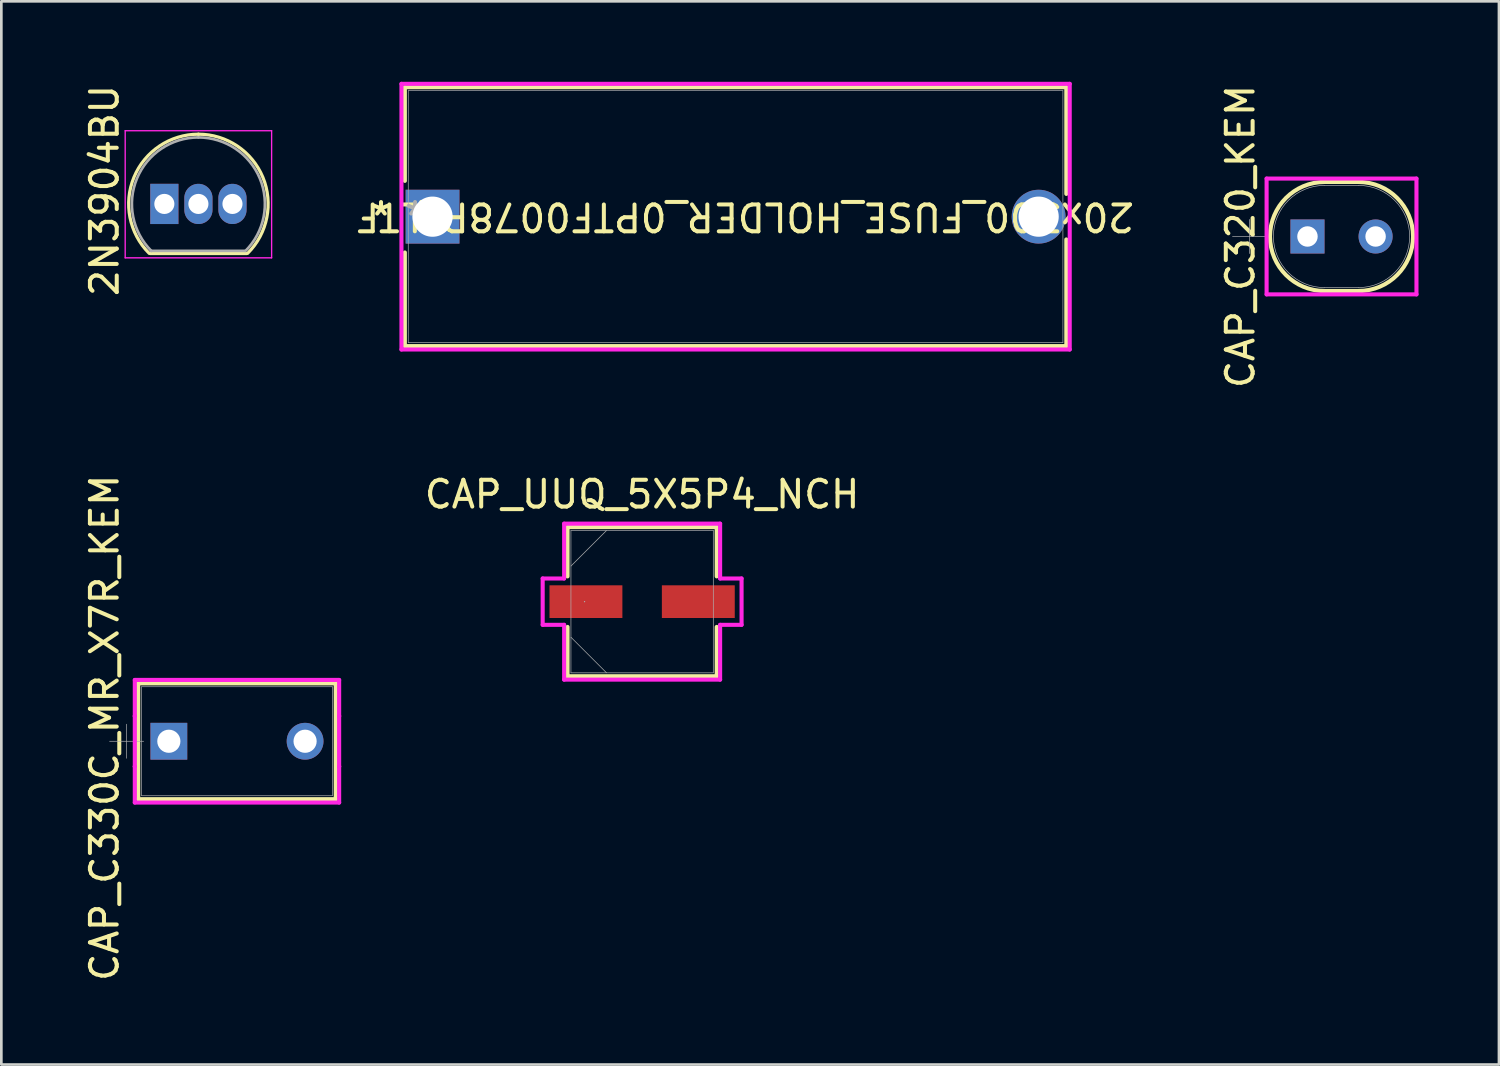
<source format=kicad_pcb>
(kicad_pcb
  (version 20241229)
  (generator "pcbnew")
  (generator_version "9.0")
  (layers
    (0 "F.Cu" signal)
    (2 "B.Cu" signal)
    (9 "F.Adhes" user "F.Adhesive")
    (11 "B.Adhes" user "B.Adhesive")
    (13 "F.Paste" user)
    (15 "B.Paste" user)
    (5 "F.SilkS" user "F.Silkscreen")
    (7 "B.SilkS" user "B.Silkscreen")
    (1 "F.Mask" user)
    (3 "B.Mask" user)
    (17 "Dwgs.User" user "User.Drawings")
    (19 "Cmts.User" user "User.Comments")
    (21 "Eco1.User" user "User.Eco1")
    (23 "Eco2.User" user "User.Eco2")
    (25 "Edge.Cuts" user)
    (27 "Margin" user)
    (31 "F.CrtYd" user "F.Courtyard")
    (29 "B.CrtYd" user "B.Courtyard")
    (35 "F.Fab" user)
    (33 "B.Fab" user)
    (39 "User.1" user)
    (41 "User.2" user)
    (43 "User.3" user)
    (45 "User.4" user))
  (footprint "2N3904BU"
    (layer "F.Cu")
    (at 3.078 4.554)
    (property "Reference" "2N3904BU" (at -2.23 -0.5 270) (layer "F.SilkS") (effects (font (size 1 1) (thickness 0.15))))
    (attr through_hole)
    (fp_line (start -0.53 1.85) (end 3.07 1.85) (stroke (width 0.12) (type solid)) (layer "F.SilkS"))
    (fp_arc (start -0.568478 1.838478) (mid -1.132087 -0.994977) (end 1.27 -2.6) (stroke (width 0.12) (type solid)) (layer "F.SilkS"))
    (fp_arc (start 1.27 -2.6) (mid 3.672087 -0.994977) (end 3.108478 1.838478) (stroke (width 0.12) (type solid)) (layer "F.SilkS"))
    (fp_line (start -1.46 -2.73) (end -1.46 2.01) (stroke (width 0.05) (type solid)) (layer "F.CrtYd"))
    (fp_line (start -1.46 -2.73) (end 4 -2.73) (stroke (width 0.05) (type solid)) (layer "F.CrtYd"))
    (fp_line (start 4 2.01) (end -1.46 2.01) (stroke (width 0.05) (type solid)) (layer "F.CrtYd"))
    (fp_line (start 4 2.01) (end 4 -2.73) (stroke (width 0.05) (type solid)) (layer "F.CrtYd"))
    (fp_line (start -0.5 1.75) (end 3 1.75) (stroke (width 0.1) (type solid)) (layer "F.Fab"))
    (fp_arc (start -0.483625 1.753625) (mid -1.021221 -0.949055) (end 1.27 -2.48) (stroke (width 0.1) (type solid)) (layer "F.Fab"))
    (fp_arc (start 1.27 -2.48) (mid 3.561221 -0.949055) (end 3.023625 1.753625) (stroke (width 0.1) (type solid)) (layer "F.Fab"))
    (pad "B" thru_hole oval (at 1.27 0) (size 1.05 1.5) (drill 0.75) (layers "*.Cu" "*.Mask"))
    (pad "C" thru_hole oval (at 2.54 0) (size 1.05 1.5) (drill 0.75) (layers "*.Cu" "*.Mask"))
    (pad "E" thru_hole rect (at 0 0) (size 1.05 1.5) (drill 0.75) (layers "*.Cu" "*.Mask")))
  (footprint "CAP_UUQ_5X5P4_NCH"
    (layer "F.Cu")
    (at 20.893 19.384)
    (property "Reference" "CAP_UUQ_5X5P4_NCH" (at 0 -4 0) (unlocked yes) (layer "F.SilkS") (effects (font (size 1 1) (thickness 0.15))))
    (attr smd)
    (fp_line (start -2.781 -2.781) (end -2.781 -0.942) (stroke (width 0.152) (type solid)) (layer "F.SilkS"))
    (fp_line (start -2.781 0.942) (end -2.781 2.781) (stroke (width 0.152) (type solid)) (layer "F.SilkS"))
    (fp_line (start -2.781 2.781) (end 2.781 2.781) (stroke (width 0.152) (type solid)) (layer "F.SilkS"))
    (fp_line (start 2.781 -2.781) (end -2.781 -2.781) (stroke (width 0.152) (type solid)) (layer "F.SilkS"))
    (fp_line (start 2.781 -0.942) (end 2.781 -2.781) (stroke (width 0.152) (type solid)) (layer "F.SilkS"))
    (fp_line (start 2.781 2.781) (end 2.781 0.942) (stroke (width 0.152) (type solid)) (layer "F.SilkS"))
    (fp_line (start -3.708 -0.864) (end -2.908 -0.864) (stroke (width 0.152) (type solid)) (layer "F.CrtYd"))
    (fp_line (start -3.708 0.864) (end -3.708 -0.864) (stroke (width 0.152) (type solid)) (layer "F.CrtYd"))
    (fp_line (start -2.908 -2.908) (end 2.908 -2.908) (stroke (width 0.152) (type solid)) (layer "F.CrtYd"))
    (fp_line (start -2.908 -0.864) (end -2.908 -2.908) (stroke (width 0.152) (type solid)) (layer "F.CrtYd"))
    (fp_line (start -2.908 0.864) (end -3.708 0.864) (stroke (width 0.152) (type solid)) (layer "F.CrtYd"))
    (fp_line (start -2.908 2.908) (end -2.908 0.864) (stroke (width 0.152) (type solid)) (layer "F.CrtYd"))
    (fp_line (start 2.908 -2.908) (end 2.908 -0.864) (stroke (width 0.152) (type solid)) (layer "F.CrtYd"))
    (fp_line (start 2.908 -0.864) (end 3.708 -0.864) (stroke (width 0.152) (type solid)) (layer "F.CrtYd"))
    (fp_line (start 2.908 0.864) (end 2.908 2.908) (stroke (width 0.152) (type solid)) (layer "F.CrtYd"))
    (fp_line (start 2.908 2.908) (end -2.908 2.908) (stroke (width 0.152) (type solid)) (layer "F.CrtYd"))
    (fp_line (start 3.708 -0.864) (end 3.708 0.864) (stroke (width 0.152) (type solid)) (layer "F.CrtYd"))
    (fp_line (start 3.708 0.864) (end 2.908 0.864) (stroke (width 0.152) (type solid)) (layer "F.CrtYd"))
    (fp_line (start -2.654 -2.654) (end -2.654 2.654) (stroke (width 0.025) (type solid)) (layer "F.Fab"))
    (fp_line (start -2.654 -1.327) (end -1.327 -2.654) (stroke (width 0.025) (type solid)) (layer "F.Fab"))
    (fp_line (start -2.654 1.327) (end -1.327 2.654) (stroke (width 0.025) (type solid)) (layer "F.Fab"))
    (fp_line (start -2.654 2.654) (end 2.654 2.654) (stroke (width 0.025) (type solid)) (layer "F.Fab"))
    (fp_line (start 2.654 -2.654) (end -2.654 -2.654) (stroke (width 0.025) (type solid)) (layer "F.Fab"))
    (fp_line (start 2.654 2.654) (end 2.654 -2.654) (stroke (width 0.025) (type solid)) (layer "F.Fab"))
    (fp_circle (center -2.146 0) (end -2.146 0) (stroke (width 0.025) (type solid)) (fill no) (layer "F.Fab"))
    (pad "1" smd rect (at -2.095 0) (size 2.718 1.219) (layers "F.Cu" "F.Mask" "F.Paste"))
    (pad "2" smd rect (at 2.095 0) (size 2.718 1.219) (layers "F.Cu" "F.Mask" "F.Paste"))
    (zone (net_name "") (layer "F.Cu") (hatch full 0.508) (connect_pads) (min_thickness 0.254) (filled_areas_thickness no) (keepout (tracks not_allowed) (vias not_allowed) (pads allowed) (copperpour not_allowed) (footprints allowed)) (placement (enabled no)) (fill) (polygon (pts (xy 18.289 16.78) (xy 23.496 16.78) (xy 23.496 18.724) (xy 18.289 18.724))))
    (zone (net_name "") (layer "F.Cu") (hatch full 0.508) (connect_pads) (min_thickness 0.254) (filled_areas_thickness no) (keepout (tracks not_allowed) (vias not_allowed) (pads allowed) (copperpour not_allowed) (footprints allowed)) (placement (enabled no)) (fill) (polygon (pts (xy 18.289 20.044) (xy 23.496 20.044) (xy 23.496 21.987) (xy 18.289 21.987))))
    (zone (net_name "") (layer "F.Cu") (hatch full 0.508) (connect_pads) (min_thickness 0.254) (filled_areas_thickness no) (keepout (tracks not_allowed) (vias not_allowed) (pads allowed) (copperpour not_allowed) (footprints allowed)) (placement (enabled no)) (fill) (polygon (pts (xy 20.207 18.724) (xy 21.579 18.724) (xy 21.579 20.044) (xy 20.207 20.044)))))
  (footprint "CAP_C330C_MR_X7R_KEM"
    (layer "F.Cu")
    (at 3.246 24.589)
    (property "Reference" "CAP_C330C_MR_X7R_KEM" (at -2.398 -0.5 90) (unlocked yes) (layer "F.SilkS") (effects (font (size 1 1) (thickness 0.15))))
    (attr through_hole)
    (fp_line (start -1.143 -2.159) (end -1.143 2.159) (stroke (width 0.152) (type solid)) (layer "F.SilkS"))
    (fp_line (start -1.143 2.159) (end 6.223 2.159) (stroke (width 0.152) (type solid)) (layer "F.SilkS"))
    (fp_line (start 6.223 -2.159) (end -1.143 -2.159) (stroke (width 0.152) (type solid)) (layer "F.SilkS"))
    (fp_line (start 6.223 2.159) (end 6.223 -2.159) (stroke (width 0.152) (type solid)) (layer "F.SilkS"))
    (fp_line (start -1.27 -2.286) (end 6.35 -2.286) (stroke (width 0.152) (type solid)) (layer "F.CrtYd"))
    (fp_line (start -1.27 -0.94) (end -1.27 -2.286) (stroke (width 0.152) (type solid)) (layer "F.CrtYd"))
    (fp_line (start -1.27 -0.94) (end -1.27 -0.94) (stroke (width 0.152) (type solid)) (layer "F.CrtYd"))
    (fp_line (start -1.27 0.94) (end -1.27 -0.94) (stroke (width 0.152) (type solid)) (layer "F.CrtYd"))
    (fp_line (start -1.27 0.94) (end -1.27 0.94) (stroke (width 0.152) (type solid)) (layer "F.CrtYd"))
    (fp_line (start -1.27 2.286) (end -1.27 0.94) (stroke (width 0.152) (type solid)) (layer "F.CrtYd"))
    (fp_line (start 6.35 -2.286) (end 6.35 -0.94) (stroke (width 0.152) (type solid)) (layer "F.CrtYd"))
    (fp_line (start 6.35 -0.94) (end 6.35 -0.94) (stroke (width 0.152) (type solid)) (layer "F.CrtYd"))
    (fp_line (start 6.35 -0.94) (end 6.35 0.94) (stroke (width 0.152) (type solid)) (layer "F.CrtYd"))
    (fp_line (start 6.35 0.94) (end 6.35 0.94) (stroke (width 0.152) (type solid)) (layer "F.CrtYd"))
    (fp_line (start 6.35 0.94) (end 6.35 2.286) (stroke (width 0.152) (type solid)) (layer "F.CrtYd"))
    (fp_line (start 6.35 2.286) (end -1.27 2.286) (stroke (width 0.152) (type solid)) (layer "F.CrtYd"))
    (fp_line (start -2.21 0) (end -0.94 0) (stroke (width 0.025) (type solid)) (layer "F.Fab"))
    (fp_line (start -1.575 -0.635) (end -1.575 0.635) (stroke (width 0.025) (type solid)) (layer "F.Fab"))
    (fp_line (start -1.016 -2.032) (end -1.016 2.032) (stroke (width 0.025) (type solid)) (layer "F.Fab"))
    (fp_line (start -1.016 2.032) (end 6.096 2.032) (stroke (width 0.025) (type solid)) (layer "F.Fab"))
    (fp_line (start 6.096 -2.032) (end -1.016 -2.032) (stroke (width 0.025) (type solid)) (layer "F.Fab"))
    (fp_line (start 6.096 2.032) (end 6.096 -2.032) (stroke (width 0.025) (type solid)) (layer "F.Fab"))
    (pad "1" thru_hole rect (at 0 0) (size 1.372 1.372) (drill 0.864) (layers "*.Cu" "*.Mask"))
    (pad "2" thru_hole circle (at 5.08 0) (size 1.372 1.372) (drill 0.864) (layers "*.Cu" "*.Mask")))
  (footprint "CAP_C320_KEM"
    (layer "F.Cu")
    (at 45.702 5.768)
    (property "Reference" "CAP_C320_KEM" (at -2.5 0 90) (unlocked yes) (layer "F.SilkS") (effects (font (size 1 1) (thickness 0.15))))
    (attr through_hole)
    (fp_line (start 0.508 -2.032) (end 2.032 -2.032) (stroke (width 0.152) (type solid)) (layer "F.SilkS"))
    (fp_line (start 0.508 2.032) (end 2.032 2.032) (stroke (width 0.152) (type solid)) (layer "F.SilkS"))
    (fp_arc (start 0.635 2.032) (mid -1.397 0) (end 0.635 -2.032) (stroke (width 0.1524) (type solid)) (layer "F.SilkS"))
    (fp_arc (start 1.905 -2.032) (mid 3.341841 -1.436841) (end 3.937 0) (stroke (width 0.1524) (type solid)) (layer "F.SilkS"))
    (fp_arc (start 3.937 0) (mid 3.341841 1.436841) (end 1.905 2.032) (stroke (width 0.1524) (type solid)) (layer "F.SilkS"))
    (fp_line (start -1.524 -2.159) (end 4.064 -2.159) (stroke (width 0.152) (type solid)) (layer "F.CrtYd"))
    (fp_line (start -1.524 2.159) (end -1.524 -2.159) (stroke (width 0.152) (type solid)) (layer "F.CrtYd"))
    (fp_line (start 4.064 -2.159) (end 4.064 2.159) (stroke (width 0.152) (type solid)) (layer "F.CrtYd"))
    (fp_line (start 4.064 2.159) (end -1.524 2.159) (stroke (width 0.152) (type solid)) (layer "F.CrtYd"))
    (fp_line (start -2.794 0) (end -1.524 0) (stroke (width 0.025) (type solid)) (layer "F.Fab"))
    (fp_line (start -2.159 -0.635) (end -2.159 0.635) (stroke (width 0.025) (type solid)) (layer "F.Fab"))
    (fp_line (start 0.635 -1.905) (end 1.905 -1.905) (stroke (width 0.025) (type solid)) (layer "F.Fab"))
    (fp_line (start 0.635 1.905) (end 1.905 1.905) (stroke (width 0.025) (type solid)) (layer "F.Fab"))
    (fp_arc (start 0.635 1.905) (mid -1.27 0) (end 0.635 -1.905) (stroke (width 0.0254) (type solid)) (layer "F.Fab"))
    (fp_arc (start 1.905 -1.905) (mid 3.81 0) (end 1.905 1.905) (stroke (width 0.0254) (type solid)) (layer "F.Fab"))
    (pad "1" thru_hole rect (at 0 0) (size 1.27 1.27) (drill 0.762) (layers "*.Cu" "*.Mask"))
    (pad "2" thru_hole circle (at 2.54 0) (size 1.27 1.27) (drill 0.762) (layers "*.Cu" "*.Mask")))
  (footprint "20x300_FUSE_HOLDER_0PTF0078P_LTF"
    (layer "F.Cu")
    (at 13.078 5.029)
    (property "Reference" "20x300_FUSE_HOLDER_0PTF0078P_LTF" (at 11.65 0 180) (unlocked yes) (layer "F.SilkS") (effects (font (size 1 1) (thickness 0.15))))
    (attr through_hole)
    (fp_line (start -1.032 -4.826) (end -1.032 -1.335) (stroke (width 0.152) (type solid)) (layer "F.SilkS"))
    (fp_line (start -1.032 1.335) (end -1.032 4.826) (stroke (width 0.152) (type solid)) (layer "F.SilkS"))
    (fp_line (start -1.032 4.826) (end 23.632 4.826) (stroke (width 0.152) (type solid)) (layer "F.SilkS"))
    (fp_line (start 23.632 -4.826) (end -1.032 -4.826) (stroke (width 0.152) (type solid)) (layer "F.SilkS"))
    (fp_line (start 23.632 -0.849) (end 23.632 -4.826) (stroke (width 0.152) (type solid)) (layer "F.SilkS"))
    (fp_line (start 23.632 4.826) (end 23.632 0.849) (stroke (width 0.152) (type solid)) (layer "F.SilkS"))
    (fp_line (start -1.159 -4.953) (end 23.759 -4.953) (stroke (width 0.152) (type solid)) (layer "F.CrtYd"))
    (fp_line (start -1.159 4.953) (end -1.159 -4.953) (stroke (width 0.152) (type solid)) (layer "F.CrtYd"))
    (fp_line (start 23.759 -4.953) (end 23.759 4.953) (stroke (width 0.152) (type solid)) (layer "F.CrtYd"))
    (fp_line (start 23.759 4.953) (end -1.159 4.953) (stroke (width 0.152) (type solid)) (layer "F.CrtYd"))
    (fp_line (start -0.905 -4.699) (end -0.905 4.699) (stroke (width 0.025) (type solid)) (layer "F.Fab"))
    (fp_line (start -0.905 4.699) (end 23.505 4.699) (stroke (width 0.025) (type solid)) (layer "F.Fab"))
    (fp_line (start 23.505 -4.699) (end -0.905 -4.699) (stroke (width 0.025) (type solid)) (layer "F.Fab"))
    (fp_line (start 23.505 4.699) (end 23.505 -4.699) (stroke (width 0.025) (type solid)) (layer "F.Fab"))
    (fp_text user "*" (at -1.921 0 0) (unlocked yes) (layer "F.SilkS") (effects (font (size 1 1) (thickness 0.15))))
    (fp_text user "*" (at -0.651 0 0) (layer "F.Fab") (effects (font (size 1 1) (thickness 0.15))))
    (pad "1" thru_hole rect (at 0 0) (size 2.007 2.007) (drill 1.499) (layers "*.Cu" "*.Mask"))
    (pad "2" thru_hole circle (at 22.6 0) (size 2.007 2.007) (drill 1.499) (layers "*.Cu" "*.Mask")))
  (gr_rect
    (start -3 -3)
    (end 52.842 36.643)
    (stroke (width 0.1) (type default))
    (fill no)
    (layer "Edge.Cuts")))
</source>
